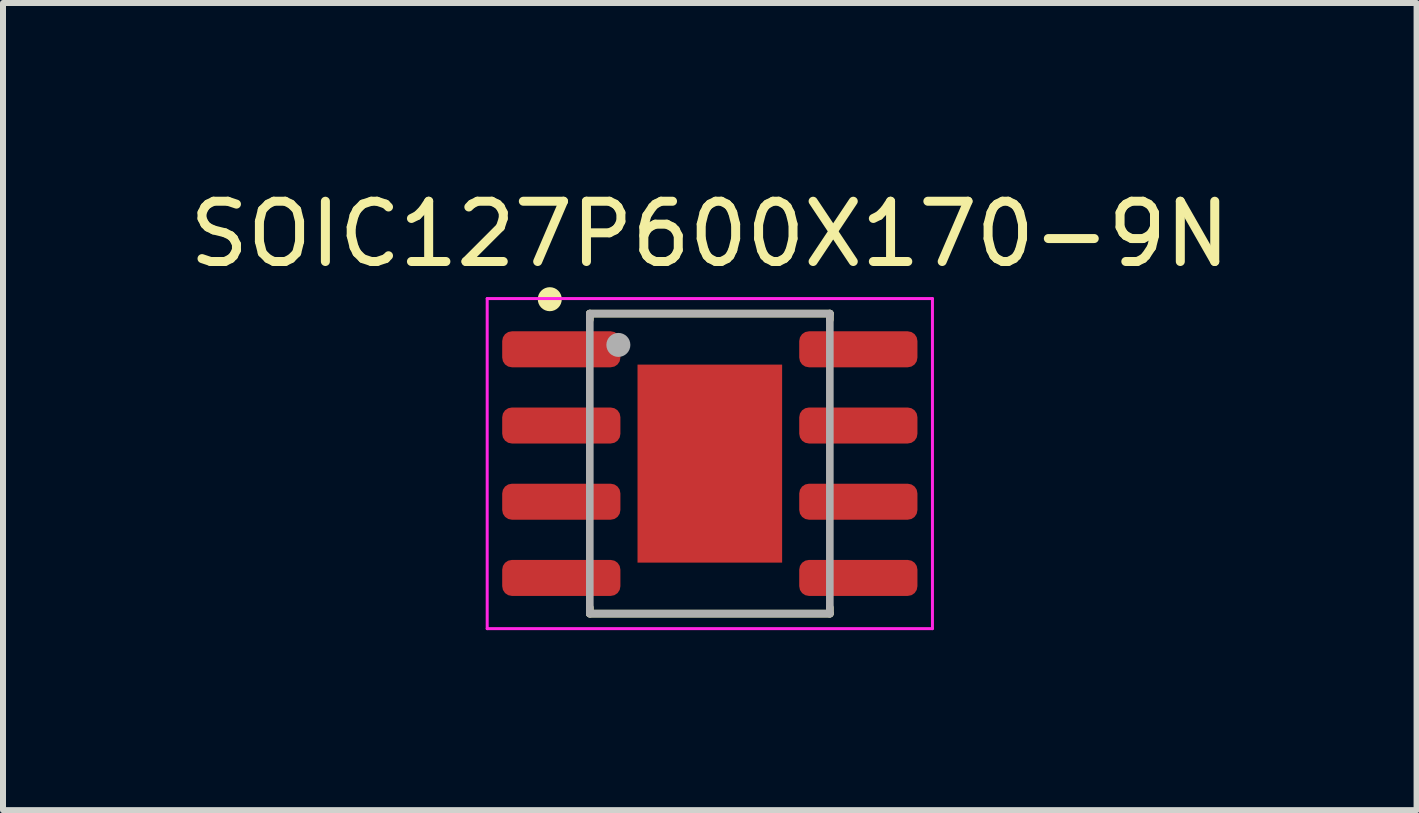
<source format=kicad_pcb>
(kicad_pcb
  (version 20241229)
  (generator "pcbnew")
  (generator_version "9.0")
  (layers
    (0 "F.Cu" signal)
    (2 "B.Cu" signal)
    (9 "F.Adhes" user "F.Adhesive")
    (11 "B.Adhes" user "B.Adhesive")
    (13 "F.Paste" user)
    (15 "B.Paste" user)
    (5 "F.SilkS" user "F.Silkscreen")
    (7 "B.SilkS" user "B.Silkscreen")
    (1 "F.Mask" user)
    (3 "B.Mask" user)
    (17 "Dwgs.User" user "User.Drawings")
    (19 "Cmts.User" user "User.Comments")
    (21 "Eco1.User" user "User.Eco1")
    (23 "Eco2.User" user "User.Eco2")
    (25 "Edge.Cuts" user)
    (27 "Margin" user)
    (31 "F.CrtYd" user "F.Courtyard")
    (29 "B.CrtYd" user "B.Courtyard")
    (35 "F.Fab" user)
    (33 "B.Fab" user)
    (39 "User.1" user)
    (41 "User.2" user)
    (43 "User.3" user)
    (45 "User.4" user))
  (footprint "SOIC127P600X170-9N"
    (layer "F.Cu")
    (at 8.779 4.676)
    (property "Reference" "SOIC127P600X170-9N" (at 0.00002 -3.825 0) (layer "F.SilkS") (effects (font (size 1.004 1.004) (thickness 0.15))))
    (attr smd)
    (fp_line (start -2 -2.5) (end -2 -2.4) (stroke (width 0.127) (type solid)) (layer "F.SilkS"))
    (fp_line (start -2 -2.5) (end 2 -2.5) (stroke (width 0.127) (type solid)) (layer "F.SilkS"))
    (fp_line (start -2 2.4) (end -2 2.5) (stroke (width 0.127) (type solid)) (layer "F.SilkS"))
    (fp_line (start -2 2.5) (end 2 2.5) (stroke (width 0.127) (type solid)) (layer "F.SilkS"))
    (fp_line (start 2 -2.5) (end 2 -2.4) (stroke (width 0.127) (type solid)) (layer "F.SilkS"))
    (fp_line (start 2 2.4) (end 2 2.5) (stroke (width 0.127) (type solid)) (layer "F.SilkS"))
    (fp_circle (center -2.667 -2.74) (end -2.567 -2.74) (stroke (width 0.2) (type solid)) (fill no) (layer "F.SilkS"))
    (fp_poly (pts (xy -0.135 -0.135) (xy -0.937 -0.135) (xy -0.937 -1.375) (xy -0.135 -1.375)) (stroke (width 0.01) (type solid)) (fill yes) (layer "F.Paste"))
    (fp_poly (pts (xy -0.135 1.378) (xy -0.937 1.378) (xy -0.937 0.135) (xy -0.135 0.135)) (stroke (width 0.01) (type solid)) (fill yes) (layer "F.Paste"))
    (fp_poly (pts (xy 0.135 0.135) (xy 0.935 0.135) (xy 0.935 1.377) (xy 0.135 1.377)) (stroke (width 0.01) (type solid)) (fill yes) (layer "F.Paste"))
    (fp_poly (pts (xy 0.135 -1.375) (xy 0.935 -1.375) (xy 0.935 -0.135) (xy 0.135 -0.135)) (stroke (width 0.01) (type solid)) (fill yes) (layer "F.Paste"))
    (fp_line (start -3.71 -2.75) (end 3.71 -2.75) (stroke (width 0.05) (type solid)) (layer "F.CrtYd"))
    (fp_line (start -3.71 2.75) (end -3.71 -2.75) (stroke (width 0.05) (type solid)) (layer "F.CrtYd"))
    (fp_line (start 3.71 -2.75) (end 3.71 2.75) (stroke (width 0.05) (type solid)) (layer "F.CrtYd"))
    (fp_line (start 3.71 2.75) (end -3.71 2.75) (stroke (width 0.05) (type solid)) (layer "F.CrtYd"))
    (fp_line (start -2 -2.5) (end 2 -2.5) (stroke (width 0.127) (type solid)) (layer "F.Fab"))
    (fp_line (start -2 2.5) (end -2 -2.5) (stroke (width 0.127) (type solid)) (layer "F.Fab"))
    (fp_line (start 2 -2.5) (end 2 2.5) (stroke (width 0.127) (type solid)) (layer "F.Fab"))
    (fp_line (start 2 2.5) (end -2 2.5) (stroke (width 0.127) (type solid)) (layer "F.Fab"))
    (fp_circle (center -1.524 -1.978) (end -1.424 -1.978) (stroke (width 0.2) (type solid)) (fill no) (layer "F.Fab"))
    (pad "1" smd roundrect (at -2.475 -1.905) (size 1.97 0.6) (layers "F.Cu" "F.Mask" "F.Paste") (roundrect_rratio 0.27))
    (pad "2" smd roundrect (at -2.475 -0.635) (size 1.97 0.6) (layers "F.Cu" "F.Mask" "F.Paste") (roundrect_rratio 0.27))
    (pad "3" smd roundrect (at -2.475 0.635) (size 1.97 0.6) (layers "F.Cu" "F.Mask" "F.Paste") (roundrect_rratio 0.27))
    (pad "4" smd roundrect (at -2.475 1.905) (size 1.97 0.6) (layers "F.Cu" "F.Mask" "F.Paste") (roundrect_rratio 0.27))
    (pad "5" smd roundrect (at 2.475 1.905) (size 1.97 0.6) (layers "F.Cu" "F.Mask" "F.Paste") (roundrect_rratio 0.27))
    (pad "6" smd roundrect (at 2.475 0.635) (size 1.97 0.6) (layers "F.Cu" "F.Mask" "F.Paste") (roundrect_rratio 0.27))
    (pad "7" smd roundrect (at 2.475 -0.635) (size 1.97 0.6) (layers "F.Cu" "F.Mask" "F.Paste") (roundrect_rratio 0.27))
    (pad "8" smd roundrect (at 2.475 -1.905) (size 1.97 0.6) (layers "F.Cu" "F.Mask" "F.Paste") (roundrect_rratio 0.27))
    (pad "9" smd rect (at 0 0) (size 2.41 3.3) (layers "F.Cu" "F.Mask")))
  (gr_rect
    (start -3 -3)
    (end 20.557 10.451)
    (stroke (width 0.1) (type default))
    (fill no)
    (layer "Edge.Cuts")))
</source>
